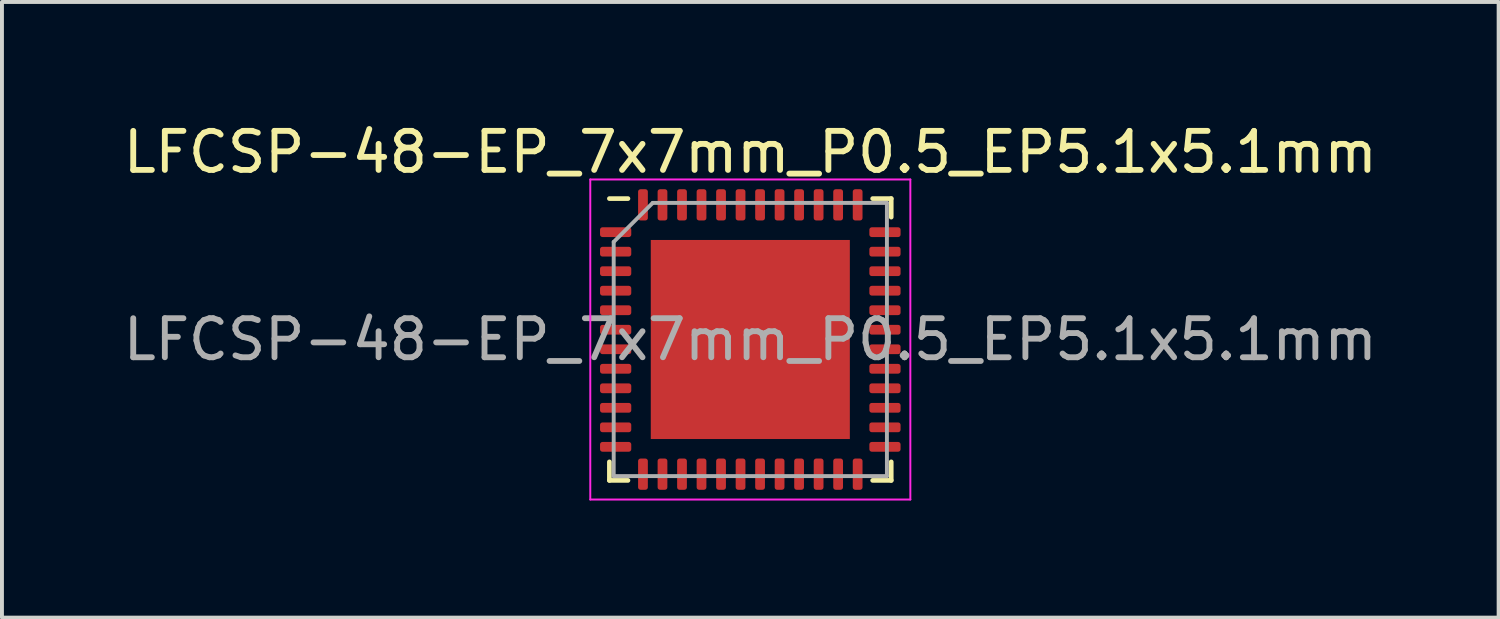
<source format=kicad_pcb>
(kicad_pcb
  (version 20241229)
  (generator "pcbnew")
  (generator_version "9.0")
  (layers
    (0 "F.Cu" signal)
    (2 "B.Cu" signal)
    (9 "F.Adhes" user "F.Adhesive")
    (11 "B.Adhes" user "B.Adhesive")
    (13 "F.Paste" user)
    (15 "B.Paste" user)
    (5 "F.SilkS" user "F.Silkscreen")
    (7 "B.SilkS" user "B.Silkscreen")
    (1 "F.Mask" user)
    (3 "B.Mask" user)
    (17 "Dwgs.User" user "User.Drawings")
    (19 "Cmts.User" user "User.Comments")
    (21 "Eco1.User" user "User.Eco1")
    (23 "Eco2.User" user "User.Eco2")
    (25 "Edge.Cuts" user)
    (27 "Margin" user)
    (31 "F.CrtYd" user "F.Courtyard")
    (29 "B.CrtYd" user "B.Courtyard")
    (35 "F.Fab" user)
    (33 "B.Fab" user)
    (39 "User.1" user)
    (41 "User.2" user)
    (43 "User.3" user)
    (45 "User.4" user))
  (footprint "LFCSP-48-EP_7x7mm_P0.5_EP5.1x5.1mm"
    (layer "F.Cu")
    (at 16.173 5.648)
    (property "Reference" "LFCSP-48-EP_7x7mm_P0.5_EP5.1x5.1mm" (at 0 -4.8 0) (unlocked yes) (layer "F.SilkS") (effects (font (size 1 1) (thickness 0.15))))
    (attr smd)
    (fp_line (start -3.61 3.61) (end -3.61 3.135) (stroke (width 0.12) (type solid)) (layer "F.SilkS"))
    (fp_line (start -3.135 -3.61) (end -3.61 -3.61) (stroke (width 0.12) (type solid)) (layer "F.SilkS"))
    (fp_line (start -3.135 3.61) (end -3.61 3.61) (stroke (width 0.12) (type solid)) (layer "F.SilkS"))
    (fp_line (start 3.135 -3.61) (end 3.61 -3.61) (stroke (width 0.12) (type solid)) (layer "F.SilkS"))
    (fp_line (start 3.135 3.61) (end 3.61 3.61) (stroke (width 0.12) (type solid)) (layer "F.SilkS"))
    (fp_line (start 3.61 -3.61) (end 3.61 -3.135) (stroke (width 0.12) (type solid)) (layer "F.SilkS"))
    (fp_line (start 3.61 3.61) (end 3.61 3.135) (stroke (width 0.12) (type solid)) (layer "F.SilkS"))
    (fp_line (start -4.1 -4.1) (end -4.1 4.1) (stroke (width 0.05) (type solid)) (layer "F.CrtYd"))
    (fp_line (start -4.1 4.1) (end 4.1 4.1) (stroke (width 0.05) (type solid)) (layer "F.CrtYd"))
    (fp_line (start 4.1 -4.1) (end -4.1 -4.1) (stroke (width 0.05) (type solid)) (layer "F.CrtYd"))
    (fp_line (start 4.1 4.1) (end 4.1 -4.1) (stroke (width 0.05) (type solid)) (layer "F.CrtYd"))
    (fp_line (start -3.5 -2.5) (end -2.5 -3.5) (stroke (width 0.1) (type solid)) (layer "F.Fab"))
    (fp_line (start -3.5 3.5) (end -3.5 -2.5) (stroke (width 0.1) (type solid)) (layer "F.Fab"))
    (fp_line (start -2.5 -3.5) (end 3.5 -3.5) (stroke (width 0.1) (type solid)) (layer "F.Fab"))
    (fp_line (start 3.5 -3.5) (end 3.5 3.5) (stroke (width 0.1) (type solid)) (layer "F.Fab"))
    (fp_line (start 3.5 3.5) (end -3.5 3.5) (stroke (width 0.1) (type solid)) (layer "F.Fab"))
    (fp_text user "${REFERENCE}" (at 0 0 0) (layer "F.Fab") (effects (font (size 1 1) (thickness 0.15))))
    (pad "" smd roundrect (at -1.65 -1.65) (size 1.35 1.35) (layers "F.Paste") (roundrect_rratio 0.227))
    (pad "" smd roundrect (at -1.65 0) (size 1.35 1.35) (layers "F.Paste") (roundrect_rratio 0.227))
    (pad "" smd roundrect (at -1.65 1.65) (size 1.35 1.35) (layers "F.Paste") (roundrect_rratio 0.227))
    (pad "" smd roundrect (at 0 -1.65) (size 1.35 1.35) (layers "F.Paste") (roundrect_rratio 0.227))
    (pad "" smd roundrect (at 0 0) (size 1.35 1.35) (layers "F.Paste") (roundrect_rratio 0.227))
    (pad "" smd roundrect (at 0 1.65) (size 1.35 1.35) (layers "F.Paste") (roundrect_rratio 0.227))
    (pad "" smd roundrect (at 1.65 -1.65) (size 1.35 1.35) (layers "F.Paste") (roundrect_rratio 0.227))
    (pad "" smd roundrect (at 1.65 0) (size 1.35 1.35) (layers "F.Paste") (roundrect_rratio 0.227))
    (pad "" smd roundrect (at 1.65 1.65) (size 1.35 1.35) (layers "F.Paste") (roundrect_rratio 0.227))
    (pad "1" smd roundrect (at -3.45 -2.75) (size 0.8 0.25) (layers "F.Cu" "F.Mask" "F.Paste") (roundrect_rratio 0.25))
    (pad "2" smd roundrect (at -3.45 -2.25) (size 0.8 0.25) (layers "F.Cu" "F.Mask" "F.Paste") (roundrect_rratio 0.25))
    (pad "3" smd roundrect (at -3.45 -1.75) (size 0.8 0.25) (layers "F.Cu" "F.Mask" "F.Paste") (roundrect_rratio 0.25))
    (pad "4" smd roundrect (at -3.45 -1.25) (size 0.8 0.25) (layers "F.Cu" "F.Mask" "F.Paste") (roundrect_rratio 0.25))
    (pad "5" smd roundrect (at -3.45 -0.75) (size 0.8 0.25) (layers "F.Cu" "F.Mask" "F.Paste") (roundrect_rratio 0.25))
    (pad "6" smd roundrect (at -3.45 -0.25) (size 0.8 0.25) (layers "F.Cu" "F.Mask" "F.Paste") (roundrect_rratio 0.25))
    (pad "7" smd roundrect (at -3.45 0.25) (size 0.8 0.25) (layers "F.Cu" "F.Mask" "F.Paste") (roundrect_rratio 0.25))
    (pad "8" smd roundrect (at -3.45 0.75) (size 0.8 0.25) (layers "F.Cu" "F.Mask" "F.Paste") (roundrect_rratio 0.25))
    (pad "9" smd roundrect (at -3.45 1.25) (size 0.8 0.25) (layers "F.Cu" "F.Mask" "F.Paste") (roundrect_rratio 0.25))
    (pad "10" smd roundrect (at -3.45 1.75) (size 0.8 0.25) (layers "F.Cu" "F.Mask" "F.Paste") (roundrect_rratio 0.25))
    (pad "11" smd roundrect (at -3.45 2.25) (size 0.8 0.25) (layers "F.Cu" "F.Mask" "F.Paste") (roundrect_rratio 0.25))
    (pad "12" smd roundrect (at -3.45 2.75) (size 0.8 0.25) (layers "F.Cu" "F.Mask" "F.Paste") (roundrect_rratio 0.25))
    (pad "13" smd roundrect (at -2.75 3.45) (size 0.25 0.8) (layers "F.Cu" "F.Mask" "F.Paste") (roundrect_rratio 0.25))
    (pad "14" smd roundrect (at -2.25 3.45) (size 0.25 0.8) (layers "F.Cu" "F.Mask" "F.Paste") (roundrect_rratio 0.25))
    (pad "15" smd roundrect (at -1.75 3.45) (size 0.25 0.8) (layers "F.Cu" "F.Mask" "F.Paste") (roundrect_rratio 0.25))
    (pad "16" smd roundrect (at -1.25 3.45) (size 0.25 0.8) (layers "F.Cu" "F.Mask" "F.Paste") (roundrect_rratio 0.25))
    (pad "17" smd roundrect (at -0.75 3.45) (size 0.25 0.8) (layers "F.Cu" "F.Mask" "F.Paste") (roundrect_rratio 0.25))
    (pad "18" smd roundrect (at -0.25 3.45) (size 0.25 0.8) (layers "F.Cu" "F.Mask" "F.Paste") (roundrect_rratio 0.25))
    (pad "19" smd roundrect (at 0.25 3.45) (size 0.25 0.8) (layers "F.Cu" "F.Mask" "F.Paste") (roundrect_rratio 0.25))
    (pad "20" smd roundrect (at 0.75 3.45) (size 0.25 0.8) (layers "F.Cu" "F.Mask" "F.Paste") (roundrect_rratio 0.25))
    (pad "21" smd roundrect (at 1.25 3.45) (size 0.25 0.8) (layers "F.Cu" "F.Mask" "F.Paste") (roundrect_rratio 0.25))
    (pad "22" smd roundrect (at 1.75 3.45) (size 0.25 0.8) (layers "F.Cu" "F.Mask" "F.Paste") (roundrect_rratio 0.25))
    (pad "23" smd roundrect (at 2.25 3.45) (size 0.25 0.8) (layers "F.Cu" "F.Mask" "F.Paste") (roundrect_rratio 0.25))
    (pad "24" smd roundrect (at 2.75 3.45) (size 0.25 0.8) (layers "F.Cu" "F.Mask" "F.Paste") (roundrect_rratio 0.25))
    (pad "25" smd roundrect (at 3.45 2.75) (size 0.8 0.25) (layers "F.Cu" "F.Mask" "F.Paste") (roundrect_rratio 0.25))
    (pad "26" smd roundrect (at 3.45 2.25) (size 0.8 0.25) (layers "F.Cu" "F.Mask" "F.Paste") (roundrect_rratio 0.25))
    (pad "27" smd roundrect (at 3.45 1.75) (size 0.8 0.25) (layers "F.Cu" "F.Mask" "F.Paste") (roundrect_rratio 0.25))
    (pad "28" smd roundrect (at 3.45 1.25) (size 0.8 0.25) (layers "F.Cu" "F.Mask" "F.Paste") (roundrect_rratio 0.25))
    (pad "29" smd roundrect (at 3.45 0.75) (size 0.8 0.25) (layers "F.Cu" "F.Mask" "F.Paste") (roundrect_rratio 0.25))
    (pad "30" smd roundrect (at 3.45 0.25) (size 0.8 0.25) (layers "F.Cu" "F.Mask" "F.Paste") (roundrect_rratio 0.25))
    (pad "31" smd roundrect (at 3.45 -0.25) (size 0.8 0.25) (layers "F.Cu" "F.Mask" "F.Paste") (roundrect_rratio 0.25))
    (pad "32" smd roundrect (at 3.45 -0.75) (size 0.8 0.25) (layers "F.Cu" "F.Mask" "F.Paste") (roundrect_rratio 0.25))
    (pad "33" smd roundrect (at 3.45 -1.25) (size 0.8 0.25) (layers "F.Cu" "F.Mask" "F.Paste") (roundrect_rratio 0.25))
    (pad "34" smd roundrect (at 3.45 -1.75) (size 0.8 0.25) (layers "F.Cu" "F.Mask" "F.Paste") (roundrect_rratio 0.25))
    (pad "35" smd roundrect (at 3.45 -2.25) (size 0.8 0.25) (layers "F.Cu" "F.Mask" "F.Paste") (roundrect_rratio 0.25))
    (pad "36" smd roundrect (at 3.45 -2.75) (size 0.8 0.25) (layers "F.Cu" "F.Mask" "F.Paste") (roundrect_rratio 0.25))
    (pad "37" smd roundrect (at 2.75 -3.45) (size 0.25 0.8) (layers "F.Cu" "F.Mask" "F.Paste") (roundrect_rratio 0.25))
    (pad "38" smd roundrect (at 2.25 -3.45) (size 0.25 0.8) (layers "F.Cu" "F.Mask" "F.Paste") (roundrect_rratio 0.25))
    (pad "39" smd roundrect (at 1.75 -3.45) (size 0.25 0.8) (layers "F.Cu" "F.Mask" "F.Paste") (roundrect_rratio 0.25))
    (pad "40" smd roundrect (at 1.25 -3.45) (size 0.25 0.8) (layers "F.Cu" "F.Mask" "F.Paste") (roundrect_rratio 0.25))
    (pad "41" smd roundrect (at 0.75 -3.45) (size 0.25 0.8) (layers "F.Cu" "F.Mask" "F.Paste") (roundrect_rratio 0.25))
    (pad "42" smd roundrect (at 0.25 -3.45) (size 0.25 0.8) (layers "F.Cu" "F.Mask" "F.Paste") (roundrect_rratio 0.25))
    (pad "43" smd roundrect (at -0.25 -3.45) (size 0.25 0.8) (layers "F.Cu" "F.Mask" "F.Paste") (roundrect_rratio 0.25))
    (pad "44" smd roundrect (at -0.75 -3.45) (size 0.25 0.8) (layers "F.Cu" "F.Mask" "F.Paste") (roundrect_rratio 0.25))
    (pad "45" smd roundrect (at -1.25 -3.45) (size 0.25 0.8) (layers "F.Cu" "F.Mask" "F.Paste") (roundrect_rratio 0.25))
    (pad "46" smd roundrect (at -1.75 -3.45) (size 0.25 0.8) (layers "F.Cu" "F.Mask" "F.Paste") (roundrect_rratio 0.25))
    (pad "47" smd roundrect (at -2.25 -3.45) (size 0.25 0.8) (layers "F.Cu" "F.Mask" "F.Paste") (roundrect_rratio 0.25))
    (pad "48" smd roundrect (at -2.75 -3.45) (size 0.25 0.8) (layers "F.Cu" "F.Mask" "F.Paste") (roundrect_rratio 0.25))
    (pad "49" smd rect (at 0 0) (size 5.1 5.1) (layers "F.Cu" "F.Mask")))
  (gr_rect
    (start -3 -3)
    (end 35.345 12.773)
    (stroke (width 0.1) (type default))
    (fill no)
    (layer "Edge.Cuts")))
</source>
